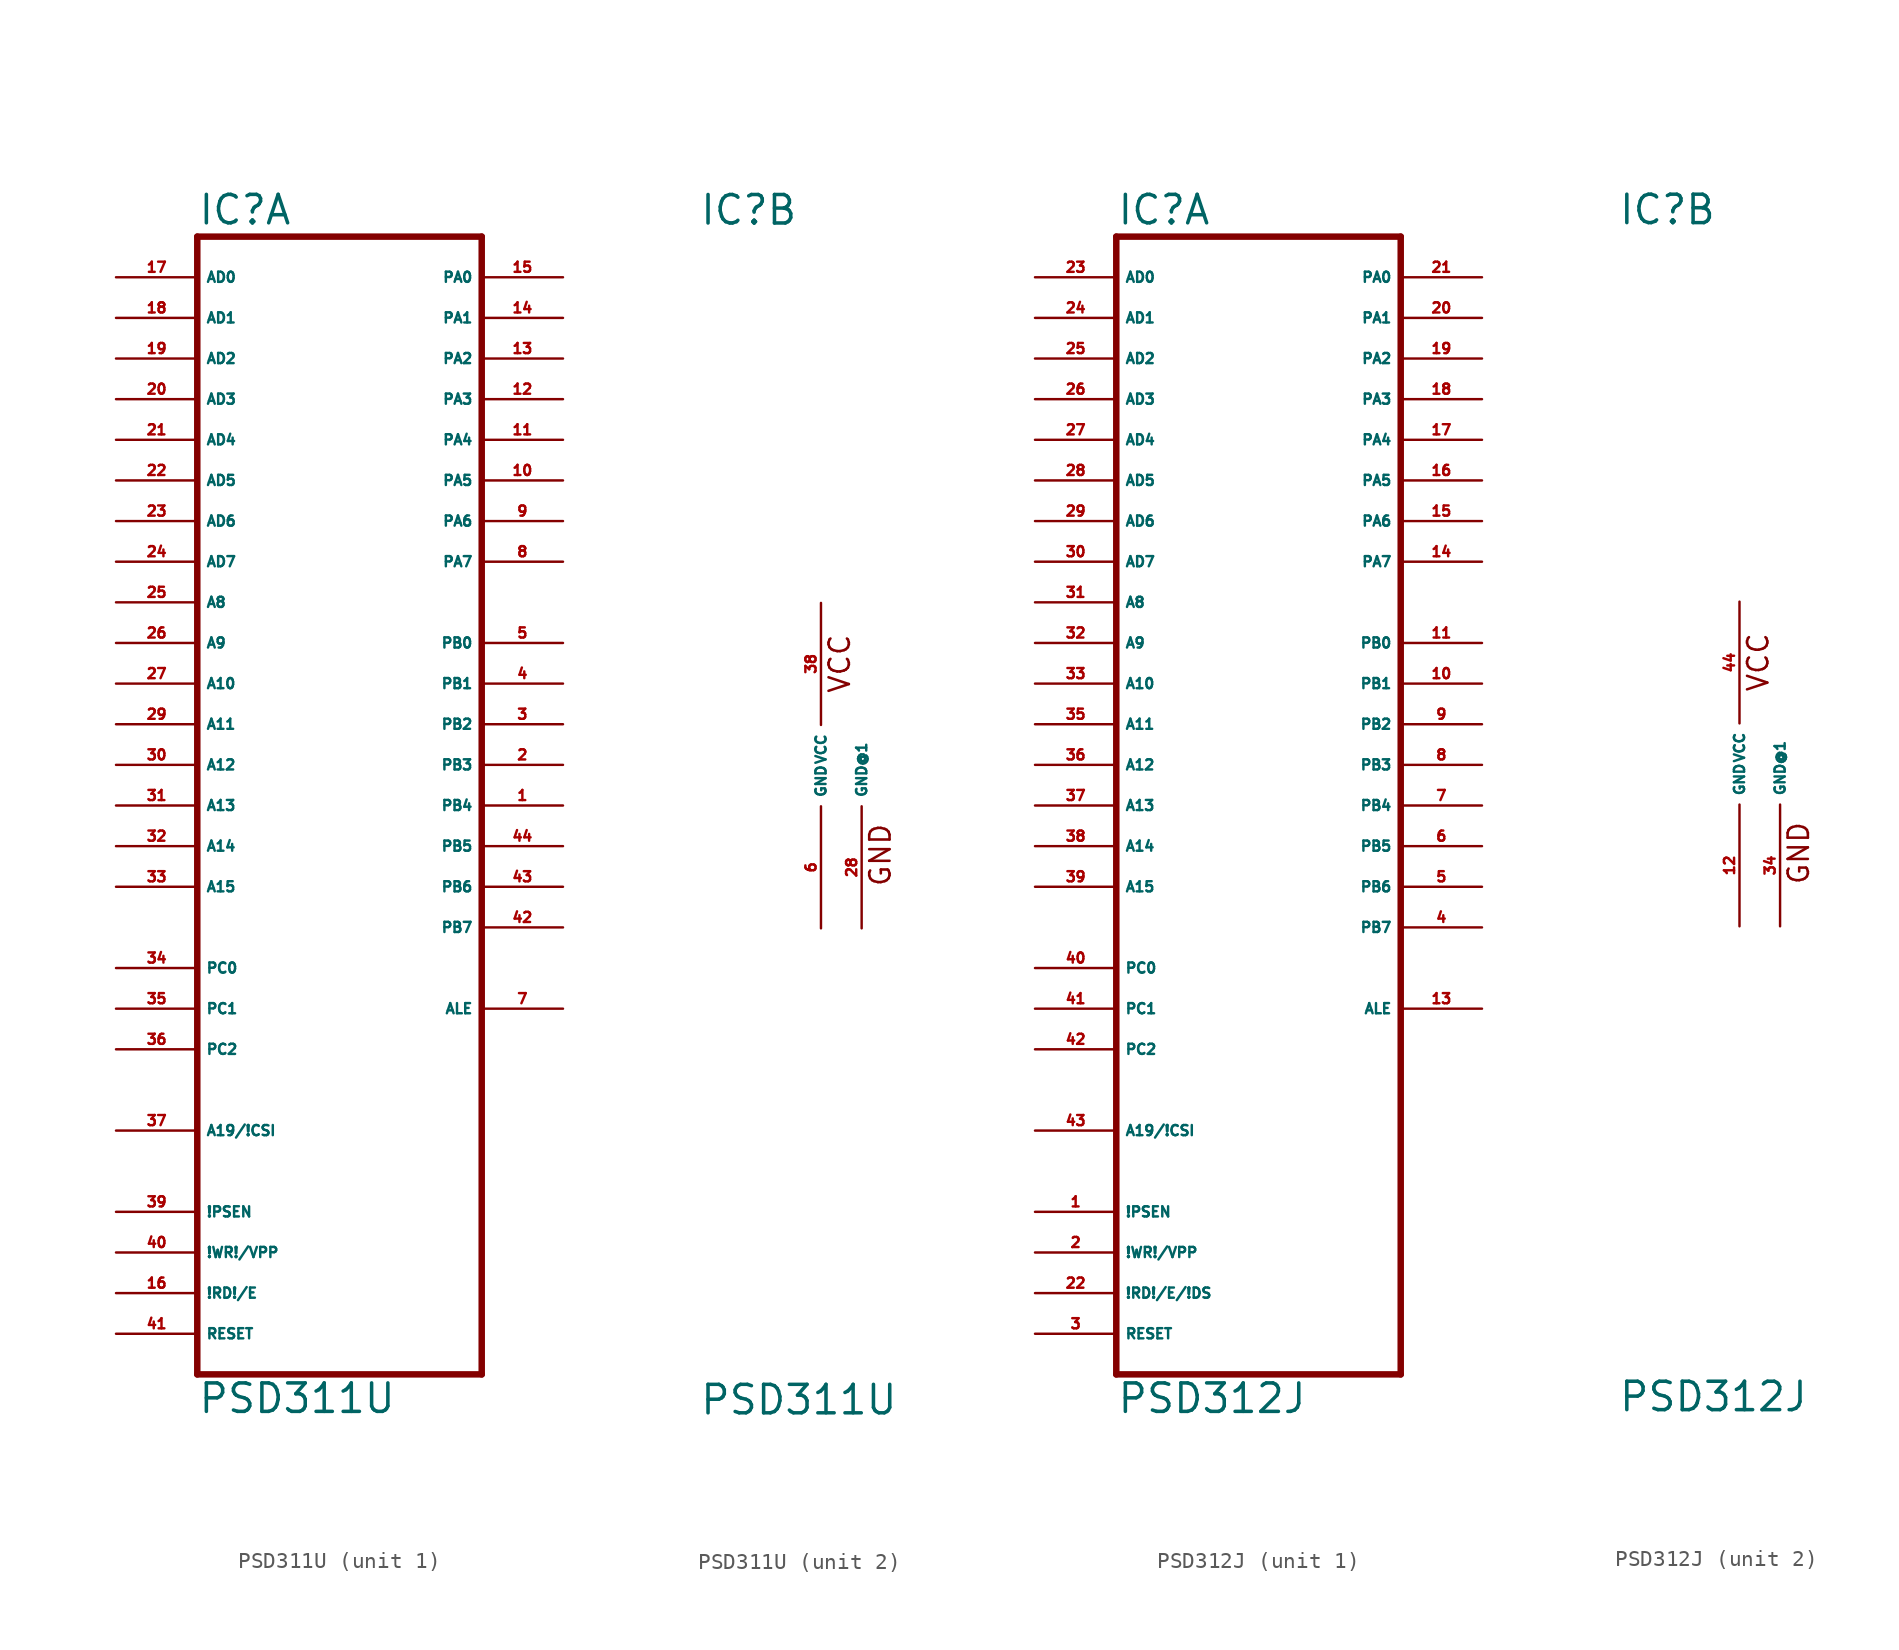
<source format=kicad_sym>
(kicad_symbol_lib
  (version 20220914)
  (generator Eagle2Kicad)
  (symbol "PSD311U"
    (property "Reference" "IC"
      (at -7.62 33.655 0)
      (effects (font (size 1.778 1.778) (thickness 0.22)) (justify left bottom)))
    (property "Value" "PSD311U"
      (at -7.62 -40.64 0)
      (effects (font (size 1.778 1.778) (thickness 0.22)) (justify left bottom)))
    (symbol "PSD311U_1_0"
      (polyline (pts (xy -7.62 -38.1) (xy 10.16 -38.1)) (stroke (width 0.406) (type default)) (fill (type none)))
      (polyline (pts (xy 10.16 -38.1) (xy 10.16 33.02)) (stroke (width 0.406) (type default)) (fill (type none)))
      (polyline (pts (xy 10.16 33.02) (xy -7.62 33.02)) (stroke (width 0.406) (type default)) (fill (type none)))
      (polyline (pts (xy -7.62 33.02) (xy -7.62 -38.1)) (stroke (width 0.406) (type default)) (fill (type none)))
      (pin input line (at -12.7 30.48 0) (length 5.08) (name "AD0" (effects (font (size 0.635 0.635) (thickness 0.08)) (justify left bottom))) (number "17" (effects (font (size 0.635 0.635) (thickness 0.08)) (justify left bottom))))
      (pin input line (at -12.7 27.94 0) (length 5.08) (name "AD1" (effects (font (size 0.635 0.635) (thickness 0.08)) (justify left bottom))) (number "18" (effects (font (size 0.635 0.635) (thickness 0.08)) (justify left bottom))))
      (pin input line (at -12.7 25.4 0) (length 5.08) (name "AD2" (effects (font (size 0.635 0.635) (thickness 0.08)) (justify left bottom))) (number "19" (effects (font (size 0.635 0.635) (thickness 0.08)) (justify left bottom))))
      (pin input line (at -12.7 22.86 0) (length 5.08) (name "AD3" (effects (font (size 0.635 0.635) (thickness 0.08)) (justify left bottom))) (number "20" (effects (font (size 0.635 0.635) (thickness 0.08)) (justify left bottom))))
      (pin input line (at -12.7 20.32 0) (length 5.08) (name "AD4" (effects (font (size 0.635 0.635) (thickness 0.08)) (justify left bottom))) (number "21" (effects (font (size 0.635 0.635) (thickness 0.08)) (justify left bottom))))
      (pin input line (at -12.7 17.78 0) (length 5.08) (name "AD5" (effects (font (size 0.635 0.635) (thickness 0.08)) (justify left bottom))) (number "22" (effects (font (size 0.635 0.635) (thickness 0.08)) (justify left bottom))))
      (pin input line (at -12.7 15.24 0) (length 5.08) (name "AD6" (effects (font (size 0.635 0.635) (thickness 0.08)) (justify left bottom))) (number "23" (effects (font (size 0.635 0.635) (thickness 0.08)) (justify left bottom))))
      (pin input line (at -12.7 12.7 0) (length 5.08) (name "AD7" (effects (font (size 0.635 0.635) (thickness 0.08)) (justify left bottom))) (number "24" (effects (font (size 0.635 0.635) (thickness 0.08)) (justify left bottom))))
      (pin input line (at -12.7 10.16 0) (length 5.08) (name "A8" (effects (font (size 0.635 0.635) (thickness 0.08)) (justify left bottom))) (number "25" (effects (font (size 0.635 0.635) (thickness 0.08)) (justify left bottom))))
      (pin input line (at -12.7 7.62 0) (length 5.08) (name "A9" (effects (font (size 0.635 0.635) (thickness 0.08)) (justify left bottom))) (number "26" (effects (font (size 0.635 0.635) (thickness 0.08)) (justify left bottom))))
      (pin input line (at -12.7 5.08 0) (length 5.08) (name "A10" (effects (font (size 0.635 0.635) (thickness 0.08)) (justify left bottom))) (number "27" (effects (font (size 0.635 0.635) (thickness 0.08)) (justify left bottom))))
      (pin input line (at -12.7 2.54 0) (length 5.08) (name "A11" (effects (font (size 0.635 0.635) (thickness 0.08)) (justify left bottom))) (number "29" (effects (font (size 0.635 0.635) (thickness 0.08)) (justify left bottom))))
      (pin input line (at -12.7 0 0) (length 5.08) (name "A12" (effects (font (size 0.635 0.635) (thickness 0.08)) (justify left bottom))) (number "30" (effects (font (size 0.635 0.635) (thickness 0.08)) (justify left bottom))))
      (pin input line (at -12.7 -2.54 0) (length 5.08) (name "A13" (effects (font (size 0.635 0.635) (thickness 0.08)) (justify left bottom))) (number "31" (effects (font (size 0.635 0.635) (thickness 0.08)) (justify left bottom))))
      (pin input line (at -12.7 -5.08 0) (length 5.08) (name "A14" (effects (font (size 0.635 0.635) (thickness 0.08)) (justify left bottom))) (number "32" (effects (font (size 0.635 0.635) (thickness 0.08)) (justify left bottom))))
      (pin input line (at -12.7 -7.62 0) (length 5.08) (name "A15" (effects (font (size 0.635 0.635) (thickness 0.08)) (justify left bottom))) (number "33" (effects (font (size 0.635 0.635) (thickness 0.08)) (justify left bottom))))
      (pin input line (at -12.7 -12.7 0) (length 5.08) (name "PC0" (effects (font (size 0.635 0.635) (thickness 0.08)) (justify left bottom))) (number "34" (effects (font (size 0.635 0.635) (thickness 0.08)) (justify left bottom))))
      (pin input line (at -12.7 -15.24 0) (length 5.08) (name "PC1" (effects (font (size 0.635 0.635) (thickness 0.08)) (justify left bottom))) (number "35" (effects (font (size 0.635 0.635) (thickness 0.08)) (justify left bottom))))
      (pin input line (at -12.7 -17.78 0) (length 5.08) (name "PC2" (effects (font (size 0.635 0.635) (thickness 0.08)) (justify left bottom))) (number "36" (effects (font (size 0.635 0.635) (thickness 0.08)) (justify left bottom))))
      (pin input line (at -12.7 -22.86 0) (length 5.08) (name "A19/!CSI" (effects (font (size 0.635 0.635) (thickness 0.08)) (justify left bottom))) (number "37" (effects (font (size 0.635 0.635) (thickness 0.08)) (justify left bottom))))
      (pin bidirectional line (at 15.24 30.48 180) (length 5.08) (name "PA0" (effects (font (size 0.635 0.635) (thickness 0.08)) (justify left bottom))) (number "15" (effects (font (size 0.635 0.635) (thickness 0.08)) (justify left bottom))))
      (pin bidirectional line (at 15.24 27.94 180) (length 5.08) (name "PA1" (effects (font (size 0.635 0.635) (thickness 0.08)) (justify left bottom))) (number "14" (effects (font (size 0.635 0.635) (thickness 0.08)) (justify left bottom))))
      (pin bidirectional line (at 15.24 25.4 180) (length 5.08) (name "PA2" (effects (font (size 0.635 0.635) (thickness 0.08)) (justify left bottom))) (number "13" (effects (font (size 0.635 0.635) (thickness 0.08)) (justify left bottom))))
      (pin bidirectional line (at 15.24 22.86 180) (length 5.08) (name "PA3" (effects (font (size 0.635 0.635) (thickness 0.08)) (justify left bottom))) (number "12" (effects (font (size 0.635 0.635) (thickness 0.08)) (justify left bottom))))
      (pin bidirectional line (at 15.24 20.32 180) (length 5.08) (name "PA4" (effects (font (size 0.635 0.635) (thickness 0.08)) (justify left bottom))) (number "11" (effects (font (size 0.635 0.635) (thickness 0.08)) (justify left bottom))))
      (pin bidirectional line (at 15.24 17.78 180) (length 5.08) (name "PA5" (effects (font (size 0.635 0.635) (thickness 0.08)) (justify left bottom))) (number "10" (effects (font (size 0.635 0.635) (thickness 0.08)) (justify left bottom))))
      (pin bidirectional line (at 15.24 15.24 180) (length 5.08) (name "PA6" (effects (font (size 0.635 0.635) (thickness 0.08)) (justify left bottom))) (number "9" (effects (font (size 0.635 0.635) (thickness 0.08)) (justify left bottom))))
      (pin bidirectional line (at 15.24 12.7 180) (length 5.08) (name "PA7" (effects (font (size 0.635 0.635) (thickness 0.08)) (justify left bottom))) (number "8" (effects (font (size 0.635 0.635) (thickness 0.08)) (justify left bottom))))
      (pin output line (at 15.24 7.62 180) (length 5.08) (name "PB0" (effects (font (size 0.635 0.635) (thickness 0.08)) (justify left bottom))) (number "5" (effects (font (size 0.635 0.635) (thickness 0.08)) (justify left bottom))))
      (pin output line (at 15.24 5.08 180) (length 5.08) (name "PB1" (effects (font (size 0.635 0.635) (thickness 0.08)) (justify left bottom))) (number "4" (effects (font (size 0.635 0.635) (thickness 0.08)) (justify left bottom))))
      (pin output line (at 15.24 2.54 180) (length 5.08) (name "PB2" (effects (font (size 0.635 0.635) (thickness 0.08)) (justify left bottom))) (number "3" (effects (font (size 0.635 0.635) (thickness 0.08)) (justify left bottom))))
      (pin output line (at 15.24 0 180) (length 5.08) (name "PB3" (effects (font (size 0.635 0.635) (thickness 0.08)) (justify left bottom))) (number "2" (effects (font (size 0.635 0.635) (thickness 0.08)) (justify left bottom))))
      (pin output line (at 15.24 -2.54 180) (length 5.08) (name "PB4" (effects (font (size 0.635 0.635) (thickness 0.08)) (justify left bottom))) (number "1" (effects (font (size 0.635 0.635) (thickness 0.08)) (justify left bottom))))
      (pin output line (at 15.24 -5.08 180) (length 5.08) (name "PB5" (effects (font (size 0.635 0.635) (thickness 0.08)) (justify left bottom))) (number "44" (effects (font (size 0.635 0.635) (thickness 0.08)) (justify left bottom))))
      (pin output line (at 15.24 -7.62 180) (length 5.08) (name "PB6" (effects (font (size 0.635 0.635) (thickness 0.08)) (justify left bottom))) (number "43" (effects (font (size 0.635 0.635) (thickness 0.08)) (justify left bottom))))
      (pin output line (at 15.24 -10.16 180) (length 5.08) (name "PB7" (effects (font (size 0.635 0.635) (thickness 0.08)) (justify left bottom))) (number "42" (effects (font (size 0.635 0.635) (thickness 0.08)) (justify left bottom))))
      (pin output line (at 15.24 -15.24 180) (length 5.08) (name "ALE" (effects (font (size 0.635 0.635) (thickness 0.08)) (justify left bottom))) (number "7" (effects (font (size 0.635 0.635) (thickness 0.08)) (justify left bottom))))
      (pin input line (at -12.7 -27.94 0) (length 5.08) (name "!PSEN" (effects (font (size 0.635 0.635) (thickness 0.08)) (justify left bottom))) (number "39" (effects (font (size 0.635 0.635) (thickness 0.08)) (justify left bottom))))
      (pin input line (at -12.7 -30.48 0) (length 5.08) (name "!WR!/VPP" (effects (font (size 0.635 0.635) (thickness 0.08)) (justify left bottom))) (number "40" (effects (font (size 0.635 0.635) (thickness 0.08)) (justify left bottom))))
      (pin input line (at -12.7 -33.02 0) (length 5.08) (name "!RD!/E" (effects (font (size 0.635 0.635) (thickness 0.08)) (justify left bottom))) (number "16" (effects (font (size 0.635 0.635) (thickness 0.08)) (justify left bottom))))
      (pin input line (at -12.7 -35.56 0) (length 5.08) (name "RESET" (effects (font (size 0.635 0.635) (thickness 0.08)) (justify left bottom))) (number "41" (effects (font (size 0.635 0.635) (thickness 0.08)) (justify left bottom)))))
    (symbol "PSD311U_2_0"
      (text "VCC" (at 1.905 4.445 900) (effects (font (size 1.27 1.27) (thickness 0.16)) (justify left bottom)))
      (text "GND" (at 4.445 -7.62 900) (effects (font (size 1.27 1.27) (thickness 0.16)) (justify left bottom)))
      (pin unspecified line (at 0 10.16 270) (length 7.62) (name "VCC" (effects (font (size 0.635 0.635) (thickness 0.08)) (justify left bottom))) (number "38" (effects (font (size 0.635 0.635) (thickness 0.08)) (justify left bottom))))
      (pin unspecified line (at 0 -10.16 90) (length 7.62) (name "GND" (effects (font (size 0.635 0.635) (thickness 0.08)) (justify left bottom))) (number "6" (effects (font (size 0.635 0.635) (thickness 0.08)) (justify left bottom))))
      (pin unspecified line (at 2.54 -10.16 90) (length 7.62) (name "GND@1" (effects (font (size 0.635 0.635) (thickness 0.08)) (justify left bottom))) (number "28" (effects (font (size 0.635 0.635) (thickness 0.08)) (justify left bottom))))))
  (symbol "PSD312J"
    (property "Reference" "IC"
      (at -7.62 33.655 0)
      (effects (font (size 1.778 1.778) (thickness 0.22)) (justify left bottom)))
    (property "Value" "PSD312J"
      (at -7.62 -40.64 0)
      (effects (font (size 1.778 1.778) (thickness 0.22)) (justify left bottom)))
    (symbol "PSD312J_1_0"
      (polyline (pts (xy -7.62 -38.1) (xy 10.16 -38.1)) (stroke (width 0.406) (type default)) (fill (type none)))
      (polyline (pts (xy 10.16 -38.1) (xy 10.16 33.02)) (stroke (width 0.406) (type default)) (fill (type none)))
      (polyline (pts (xy 10.16 33.02) (xy -7.62 33.02)) (stroke (width 0.406) (type default)) (fill (type none)))
      (polyline (pts (xy -7.62 33.02) (xy -7.62 -38.1)) (stroke (width 0.406) (type default)) (fill (type none)))
      (pin input line (at -12.7 30.48 0) (length 5.08) (name "AD0" (effects (font (size 0.635 0.635) (thickness 0.08)) (justify left bottom))) (number "23" (effects (font (size 0.635 0.635) (thickness 0.08)) (justify left bottom))))
      (pin input line (at -12.7 27.94 0) (length 5.08) (name "AD1" (effects (font (size 0.635 0.635) (thickness 0.08)) (justify left bottom))) (number "24" (effects (font (size 0.635 0.635) (thickness 0.08)) (justify left bottom))))
      (pin input line (at -12.7 25.4 0) (length 5.08) (name "AD2" (effects (font (size 0.635 0.635) (thickness 0.08)) (justify left bottom))) (number "25" (effects (font (size 0.635 0.635) (thickness 0.08)) (justify left bottom))))
      (pin input line (at -12.7 22.86 0) (length 5.08) (name "AD3" (effects (font (size 0.635 0.635) (thickness 0.08)) (justify left bottom))) (number "26" (effects (font (size 0.635 0.635) (thickness 0.08)) (justify left bottom))))
      (pin input line (at -12.7 20.32 0) (length 5.08) (name "AD4" (effects (font (size 0.635 0.635) (thickness 0.08)) (justify left bottom))) (number "27" (effects (font (size 0.635 0.635) (thickness 0.08)) (justify left bottom))))
      (pin input line (at -12.7 17.78 0) (length 5.08) (name "AD5" (effects (font (size 0.635 0.635) (thickness 0.08)) (justify left bottom))) (number "28" (effects (font (size 0.635 0.635) (thickness 0.08)) (justify left bottom))))
      (pin input line (at -12.7 15.24 0) (length 5.08) (name "AD6" (effects (font (size 0.635 0.635) (thickness 0.08)) (justify left bottom))) (number "29" (effects (font (size 0.635 0.635) (thickness 0.08)) (justify left bottom))))
      (pin input line (at -12.7 12.7 0) (length 5.08) (name "AD7" (effects (font (size 0.635 0.635) (thickness 0.08)) (justify left bottom))) (number "30" (effects (font (size 0.635 0.635) (thickness 0.08)) (justify left bottom))))
      (pin input line (at -12.7 10.16 0) (length 5.08) (name "A8" (effects (font (size 0.635 0.635) (thickness 0.08)) (justify left bottom))) (number "31" (effects (font (size 0.635 0.635) (thickness 0.08)) (justify left bottom))))
      (pin input line (at -12.7 7.62 0) (length 5.08) (name "A9" (effects (font (size 0.635 0.635) (thickness 0.08)) (justify left bottom))) (number "32" (effects (font (size 0.635 0.635) (thickness 0.08)) (justify left bottom))))
      (pin input line (at -12.7 5.08 0) (length 5.08) (name "A10" (effects (font (size 0.635 0.635) (thickness 0.08)) (justify left bottom))) (number "33" (effects (font (size 0.635 0.635) (thickness 0.08)) (justify left bottom))))
      (pin input line (at -12.7 2.54 0) (length 5.08) (name "A11" (effects (font (size 0.635 0.635) (thickness 0.08)) (justify left bottom))) (number "35" (effects (font (size 0.635 0.635) (thickness 0.08)) (justify left bottom))))
      (pin input line (at -12.7 0 0) (length 5.08) (name "A12" (effects (font (size 0.635 0.635) (thickness 0.08)) (justify left bottom))) (number "36" (effects (font (size 0.635 0.635) (thickness 0.08)) (justify left bottom))))
      (pin input line (at -12.7 -2.54 0) (length 5.08) (name "A13" (effects (font (size 0.635 0.635) (thickness 0.08)) (justify left bottom))) (number "37" (effects (font (size 0.635 0.635) (thickness 0.08)) (justify left bottom))))
      (pin input line (at -12.7 -5.08 0) (length 5.08) (name "A14" (effects (font (size 0.635 0.635) (thickness 0.08)) (justify left bottom))) (number "38" (effects (font (size 0.635 0.635) (thickness 0.08)) (justify left bottom))))
      (pin input line (at -12.7 -7.62 0) (length 5.08) (name "A15" (effects (font (size 0.635 0.635) (thickness 0.08)) (justify left bottom))) (number "39" (effects (font (size 0.635 0.635) (thickness 0.08)) (justify left bottom))))
      (pin input line (at -12.7 -12.7 0) (length 5.08) (name "PC0" (effects (font (size 0.635 0.635) (thickness 0.08)) (justify left bottom))) (number "40" (effects (font (size 0.635 0.635) (thickness 0.08)) (justify left bottom))))
      (pin input line (at -12.7 -15.24 0) (length 5.08) (name "PC1" (effects (font (size 0.635 0.635) (thickness 0.08)) (justify left bottom))) (number "41" (effects (font (size 0.635 0.635) (thickness 0.08)) (justify left bottom))))
      (pin input line (at -12.7 -17.78 0) (length 5.08) (name "PC2" (effects (font (size 0.635 0.635) (thickness 0.08)) (justify left bottom))) (number "42" (effects (font (size 0.635 0.635) (thickness 0.08)) (justify left bottom))))
      (pin input line (at -12.7 -22.86 0) (length 5.08) (name "A19/!CSI" (effects (font (size 0.635 0.635) (thickness 0.08)) (justify left bottom))) (number "43" (effects (font (size 0.635 0.635) (thickness 0.08)) (justify left bottom))))
      (pin bidirectional line (at 15.24 30.48 180) (length 5.08) (name "PA0" (effects (font (size 0.635 0.635) (thickness 0.08)) (justify left bottom))) (number "21" (effects (font (size 0.635 0.635) (thickness 0.08)) (justify left bottom))))
      (pin bidirectional line (at 15.24 27.94 180) (length 5.08) (name "PA1" (effects (font (size 0.635 0.635) (thickness 0.08)) (justify left bottom))) (number "20" (effects (font (size 0.635 0.635) (thickness 0.08)) (justify left bottom))))
      (pin bidirectional line (at 15.24 25.4 180) (length 5.08) (name "PA2" (effects (font (size 0.635 0.635) (thickness 0.08)) (justify left bottom))) (number "19" (effects (font (size 0.635 0.635) (thickness 0.08)) (justify left bottom))))
      (pin bidirectional line (at 15.24 22.86 180) (length 5.08) (name "PA3" (effects (font (size 0.635 0.635) (thickness 0.08)) (justify left bottom))) (number "18" (effects (font (size 0.635 0.635) (thickness 0.08)) (justify left bottom))))
      (pin bidirectional line (at 15.24 20.32 180) (length 5.08) (name "PA4" (effects (font (size 0.635 0.635) (thickness 0.08)) (justify left bottom))) (number "17" (effects (font (size 0.635 0.635) (thickness 0.08)) (justify left bottom))))
      (pin bidirectional line (at 15.24 17.78 180) (length 5.08) (name "PA5" (effects (font (size 0.635 0.635) (thickness 0.08)) (justify left bottom))) (number "16" (effects (font (size 0.635 0.635) (thickness 0.08)) (justify left bottom))))
      (pin bidirectional line (at 15.24 15.24 180) (length 5.08) (name "PA6" (effects (font (size 0.635 0.635) (thickness 0.08)) (justify left bottom))) (number "15" (effects (font (size 0.635 0.635) (thickness 0.08)) (justify left bottom))))
      (pin bidirectional line (at 15.24 12.7 180) (length 5.08) (name "PA7" (effects (font (size 0.635 0.635) (thickness 0.08)) (justify left bottom))) (number "14" (effects (font (size 0.635 0.635) (thickness 0.08)) (justify left bottom))))
      (pin output line (at 15.24 7.62 180) (length 5.08) (name "PB0" (effects (font (size 0.635 0.635) (thickness 0.08)) (justify left bottom))) (number "11" (effects (font (size 0.635 0.635) (thickness 0.08)) (justify left bottom))))
      (pin output line (at 15.24 5.08 180) (length 5.08) (name "PB1" (effects (font (size 0.635 0.635) (thickness 0.08)) (justify left bottom))) (number "10" (effects (font (size 0.635 0.635) (thickness 0.08)) (justify left bottom))))
      (pin output line (at 15.24 2.54 180) (length 5.08) (name "PB2" (effects (font (size 0.635 0.635) (thickness 0.08)) (justify left bottom))) (number "9" (effects (font (size 0.635 0.635) (thickness 0.08)) (justify left bottom))))
      (pin output line (at 15.24 0 180) (length 5.08) (name "PB3" (effects (font (size 0.635 0.635) (thickness 0.08)) (justify left bottom))) (number "8" (effects (font (size 0.635 0.635) (thickness 0.08)) (justify left bottom))))
      (pin output line (at 15.24 -2.54 180) (length 5.08) (name "PB4" (effects (font (size 0.635 0.635) (thickness 0.08)) (justify left bottom))) (number "7" (effects (font (size 0.635 0.635) (thickness 0.08)) (justify left bottom))))
      (pin output line (at 15.24 -5.08 180) (length 5.08) (name "PB5" (effects (font (size 0.635 0.635) (thickness 0.08)) (justify left bottom))) (number "6" (effects (font (size 0.635 0.635) (thickness 0.08)) (justify left bottom))))
      (pin output line (at 15.24 -7.62 180) (length 5.08) (name "PB6" (effects (font (size 0.635 0.635) (thickness 0.08)) (justify left bottom))) (number "5" (effects (font (size 0.635 0.635) (thickness 0.08)) (justify left bottom))))
      (pin output line (at 15.24 -10.16 180) (length 5.08) (name "PB7" (effects (font (size 0.635 0.635) (thickness 0.08)) (justify left bottom))) (number "4" (effects (font (size 0.635 0.635) (thickness 0.08)) (justify left bottom))))
      (pin output line (at 15.24 -15.24 180) (length 5.08) (name "ALE" (effects (font (size 0.635 0.635) (thickness 0.08)) (justify left bottom))) (number "13" (effects (font (size 0.635 0.635) (thickness 0.08)) (justify left bottom))))
      (pin input line (at -12.7 -27.94 0) (length 5.08) (name "!PSEN" (effects (font (size 0.635 0.635) (thickness 0.08)) (justify left bottom))) (number "1" (effects (font (size 0.635 0.635) (thickness 0.08)) (justify left bottom))))
      (pin input line (at -12.7 -30.48 0) (length 5.08) (name "!WR!/VPP" (effects (font (size 0.635 0.635) (thickness 0.08)) (justify left bottom))) (number "2" (effects (font (size 0.635 0.635) (thickness 0.08)) (justify left bottom))))
      (pin input line (at -12.7 -33.02 0) (length 5.08) (name "!RD!/E/!DS" (effects (font (size 0.635 0.635) (thickness 0.08)) (justify left bottom))) (number "22" (effects (font (size 0.635 0.635) (thickness 0.08)) (justify left bottom))))
      (pin input line (at -12.7 -35.56 0) (length 5.08) (name "RESET" (effects (font (size 0.635 0.635) (thickness 0.08)) (justify left bottom))) (number "3" (effects (font (size 0.635 0.635) (thickness 0.08)) (justify left bottom)))))
    (symbol "PSD312J_2_0"
      (text "VCC" (at 1.905 4.445 900) (effects (font (size 1.27 1.27) (thickness 0.16)) (justify left bottom)))
      (text "GND" (at 4.445 -7.62 900) (effects (font (size 1.27 1.27) (thickness 0.16)) (justify left bottom)))
      (pin unspecified line (at 0 10.16 270) (length 7.62) (name "VCC" (effects (font (size 0.635 0.635) (thickness 0.08)) (justify left bottom))) (number "44" (effects (font (size 0.635 0.635) (thickness 0.08)) (justify left bottom))))
      (pin unspecified line (at 0 -10.16 90) (length 7.62) (name "GND" (effects (font (size 0.635 0.635) (thickness 0.08)) (justify left bottom))) (number "12" (effects (font (size 0.635 0.635) (thickness 0.08)) (justify left bottom))))
      (pin unspecified line (at 2.54 -10.16 90) (length 7.62) (name "GND@1" (effects (font (size 0.635 0.635) (thickness 0.08)) (justify left bottom))) (number "34" (effects (font (size 0.635 0.635) (thickness 0.08)) (justify left bottom)))))))
</source>
